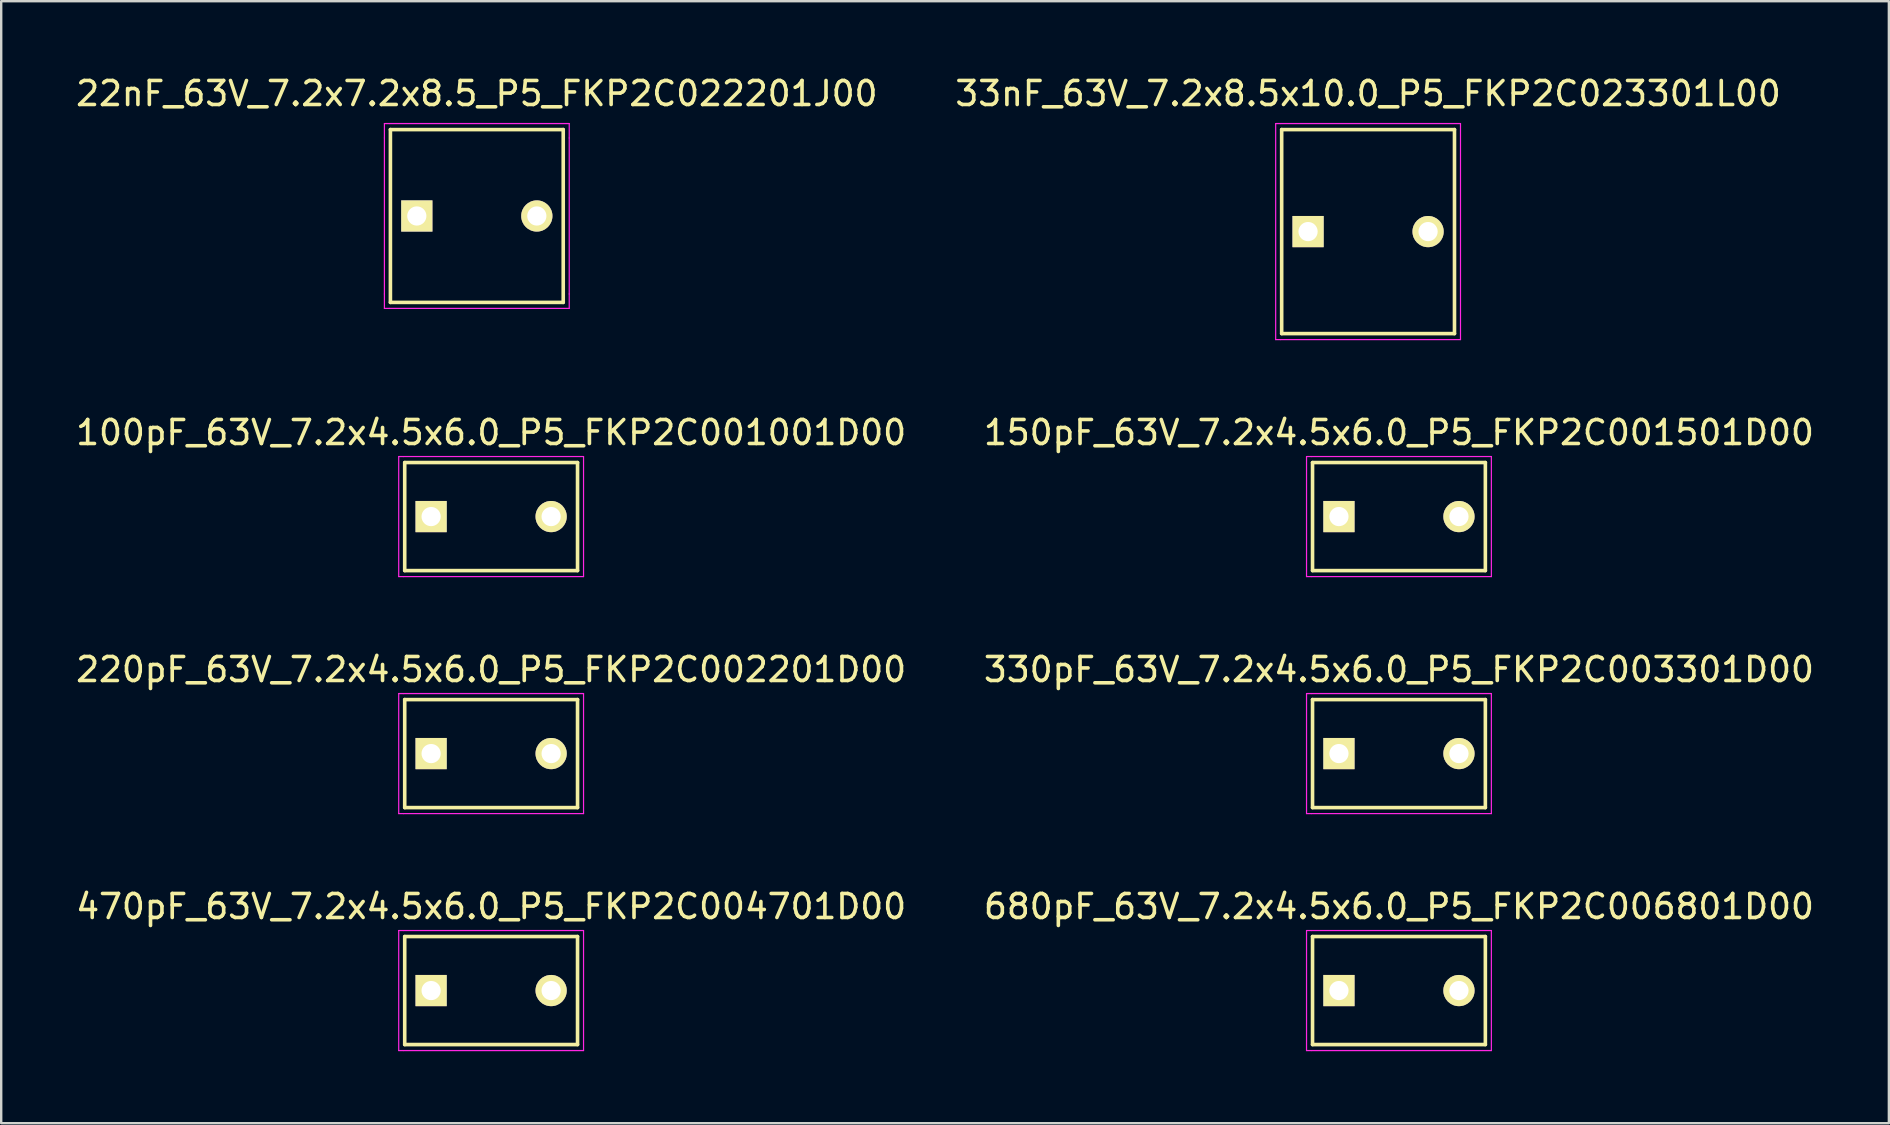
<source format=kicad_pcb>
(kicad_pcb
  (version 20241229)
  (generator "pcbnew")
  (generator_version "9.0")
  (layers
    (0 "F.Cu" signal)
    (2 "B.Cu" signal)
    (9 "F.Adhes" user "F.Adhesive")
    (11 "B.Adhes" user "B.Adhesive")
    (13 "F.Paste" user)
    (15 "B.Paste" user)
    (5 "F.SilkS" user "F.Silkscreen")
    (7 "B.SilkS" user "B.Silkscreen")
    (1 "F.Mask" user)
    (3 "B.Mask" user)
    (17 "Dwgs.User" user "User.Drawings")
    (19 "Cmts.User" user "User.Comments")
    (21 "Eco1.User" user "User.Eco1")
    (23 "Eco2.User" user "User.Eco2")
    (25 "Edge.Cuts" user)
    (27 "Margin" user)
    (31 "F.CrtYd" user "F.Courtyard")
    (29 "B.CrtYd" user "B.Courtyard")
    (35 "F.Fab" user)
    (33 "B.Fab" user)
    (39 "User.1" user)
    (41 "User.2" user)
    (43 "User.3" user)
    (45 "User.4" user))
  (footprint "100pF_63V_7.2x4.5x6.0_P5_FKP2C001001D00"
    (layer "F.Cu")
    (at 14.911 18.471)
    (property "Reference" "100pF_63V_7.2x4.5x6.0_P5_FKP2C001001D00" (at 2.5 -3.5 0) (layer "F.SilkS") (effects (font (size 1 1) (thickness 0.15))))
    (attr through_hole)
    (fp_line (start -1.1 -2.25) (end 6.1 -2.25) (stroke (width 0.15) (type solid)) (layer "F.SilkS"))
    (fp_line (start -1.1 2.25) (end -1.1 -2.25) (stroke (width 0.15) (type solid)) (layer "F.SilkS"))
    (fp_line (start 6.1 -2.25) (end 6.1 2.25) (stroke (width 0.15) (type solid)) (layer "F.SilkS"))
    (fp_line (start 6.1 2.25) (end -1.1 2.25) (stroke (width 0.15) (type solid)) (layer "F.SilkS"))
    (fp_line (start -1.35 2.5) (end -1.35 -2.5) (stroke (width 0.05) (type solid)) (layer "F.CrtYd"))
    (fp_line (start -1.15 -2.5) (end -1.35 -2.5) (stroke (width 0.05) (type solid)) (layer "F.CrtYd"))
    (fp_line (start -1.15 -2.5) (end 6.35 -2.5) (stroke (width 0.05) (type solid)) (layer "F.CrtYd"))
    (fp_line (start -1.15 2.5) (end -1.35 2.5) (stroke (width 0.05) (type solid)) (layer "F.CrtYd"))
    (fp_line (start 6.35 2.5) (end -1.15 2.5) (stroke (width 0.05) (type solid)) (layer "F.CrtYd"))
    (fp_line (start 6.35 2.5) (end 6.35 -2.5) (stroke (width 0.05) (type solid)) (layer "F.CrtYd"))
    (pad "1" thru_hole rect (at 0 0) (size 1.3 1.3) (drill 0.8) (layers "*.Cu" "*.Mask" "F.SilkS"))
    (pad "2" thru_hole circle (at 5 0) (size 1.3 1.3) (drill 0.8) (layers "*.Cu" "*.Mask" "F.SilkS")))
  (footprint "150pF_63V_7.2x4.5x6.0_P5_FKP2C001501D00"
    (layer "F.Cu")
    (at 52.732 18.471)
    (property "Reference" "150pF_63V_7.2x4.5x6.0_P5_FKP2C001501D00" (at 2.5 -3.5 0) (layer "F.SilkS") (effects (font (size 1 1) (thickness 0.15))))
    (attr through_hole)
    (fp_line (start -1.1 -2.25) (end 6.1 -2.25) (stroke (width 0.15) (type solid)) (layer "F.SilkS"))
    (fp_line (start -1.1 2.25) (end -1.1 -2.25) (stroke (width 0.15) (type solid)) (layer "F.SilkS"))
    (fp_line (start 6.1 -2.25) (end 6.1 2.25) (stroke (width 0.15) (type solid)) (layer "F.SilkS"))
    (fp_line (start 6.1 2.25) (end -1.1 2.25) (stroke (width 0.15) (type solid)) (layer "F.SilkS"))
    (fp_line (start -1.35 2.5) (end -1.35 -2.5) (stroke (width 0.05) (type solid)) (layer "F.CrtYd"))
    (fp_line (start -1.15 -2.5) (end -1.35 -2.5) (stroke (width 0.05) (type solid)) (layer "F.CrtYd"))
    (fp_line (start -1.15 -2.5) (end 6.35 -2.5) (stroke (width 0.05) (type solid)) (layer "F.CrtYd"))
    (fp_line (start -1.15 2.5) (end -1.35 2.5) (stroke (width 0.05) (type solid)) (layer "F.CrtYd"))
    (fp_line (start 6.35 2.5) (end -1.15 2.5) (stroke (width 0.05) (type solid)) (layer "F.CrtYd"))
    (fp_line (start 6.35 2.5) (end 6.35 -2.5) (stroke (width 0.05) (type solid)) (layer "F.CrtYd"))
    (pad "1" thru_hole rect (at 0 0) (size 1.3 1.3) (drill 0.8) (layers "*.Cu" "*.Mask" "F.SilkS"))
    (pad "2" thru_hole circle (at 5 0) (size 1.3 1.3) (drill 0.8) (layers "*.Cu" "*.Mask" "F.SilkS")))
  (footprint "22nF_63V_7.2x7.2x8.5_P5_FKP2C022201J00"
    (layer "F.Cu")
    (at 14.315 5.948)
    (property "Reference" "22nF_63V_7.2x7.2x8.5_P5_FKP2C022201J00" (at 2.5 -5.1 0) (layer "F.SilkS") (effects (font (size 1 1) (thickness 0.15))))
    (attr through_hole)
    (fp_line (start -1.1 -3.6) (end -1.1 3.6) (stroke (width 0.15) (type solid)) (layer "F.SilkS"))
    (fp_line (start -1.1 -3.6) (end 6.1 -3.6) (stroke (width 0.15) (type solid)) (layer "F.SilkS"))
    (fp_line (start 6.1 -3.6) (end 6.1 3.6) (stroke (width 0.15) (type solid)) (layer "F.SilkS"))
    (fp_line (start 6.1 3.6) (end -1.1 3.6) (stroke (width 0.15) (type solid)) (layer "F.SilkS"))
    (fp_line (start -1.35 -3.25) (end -1.35 -3.85) (stroke (width 0.05) (type solid)) (layer "F.CrtYd"))
    (fp_line (start -1.35 3.25) (end -1.35 -3.25) (stroke (width 0.05) (type solid)) (layer "F.CrtYd"))
    (fp_line (start -1.35 3.25) (end -1.35 3.85) (stroke (width 0.05) (type solid)) (layer "F.CrtYd"))
    (fp_line (start -1.15 -3.85) (end -1.35 -3.85) (stroke (width 0.05) (type solid)) (layer "F.CrtYd"))
    (fp_line (start -1.15 -3.85) (end 6.35 -3.85) (stroke (width 0.05) (type solid)) (layer "F.CrtYd"))
    (fp_line (start -1.15 3.85) (end -1.35 3.85) (stroke (width 0.05) (type solid)) (layer "F.CrtYd"))
    (fp_line (start 6.35 -3.85) (end 6.35 -3.25) (stroke (width 0.05) (type solid)) (layer "F.CrtYd"))
    (fp_line (start 6.35 -3.25) (end 6.35 3.25) (stroke (width 0.05) (type solid)) (layer "F.CrtYd"))
    (fp_line (start 6.35 3.25) (end 6.35 3.85) (stroke (width 0.05) (type solid)) (layer "F.CrtYd"))
    (fp_line (start 6.35 3.85) (end -1.15 3.85) (stroke (width 0.05) (type solid)) (layer "F.CrtYd"))
    (pad "1" thru_hole rect (at 0 0) (size 1.3 1.3) (drill 0.8) (layers "*.Cu" "*.Mask" "F.SilkS"))
    (pad "2" thru_hole circle (at 5 0) (size 1.3 1.3) (drill 0.8) (layers "*.Cu" "*.Mask" "F.SilkS")))
  (footprint "33nF_63V_7.2x8.5x10.0_P5_FKP2C023301L00"
    (layer "F.Cu")
    (at 51.446 6.598)
    (property "Reference" "33nF_63V_7.2x8.5x10.0_P5_FKP2C023301L00" (at 2.5 -5.75 0) (layer "F.SilkS") (effects (font (size 1 1) (thickness 0.15))))
    (attr through_hole)
    (fp_line (start -1.1 -4.25) (end 6.1 -4.25) (stroke (width 0.15) (type solid)) (layer "F.SilkS"))
    (fp_line (start -1.1 4.25) (end -1.1 -4.25) (stroke (width 0.15) (type solid)) (layer "F.SilkS"))
    (fp_line (start 6.1 -4.25) (end 6.1 4.25) (stroke (width 0.15) (type solid)) (layer "F.SilkS"))
    (fp_line (start 6.1 4.25) (end -1.1 4.25) (stroke (width 0.15) (type solid)) (layer "F.SilkS"))
    (fp_line (start -1.35 -4.5) (end -1.35 4.5) (stroke (width 0.05) (type solid)) (layer "F.CrtYd"))
    (fp_line (start -1.15 -4.5) (end -1.35 -4.5) (stroke (width 0.05) (type solid)) (layer "F.CrtYd"))
    (fp_line (start -1.15 -4.5) (end 6.35 -4.5) (stroke (width 0.05) (type solid)) (layer "F.CrtYd"))
    (fp_line (start -1.15 4.5) (end -1.35 4.5) (stroke (width 0.05) (type solid)) (layer "F.CrtYd"))
    (fp_line (start 6.35 4.5) (end -1.15 4.5) (stroke (width 0.05) (type solid)) (layer "F.CrtYd"))
    (fp_line (start 6.35 4.5) (end 6.35 -4.5) (stroke (width 0.05) (type solid)) (layer "F.CrtYd"))
    (pad "1" thru_hole rect (at 0 0) (size 1.3 1.3) (drill 0.8) (layers "*.Cu" "*.Mask" "F.SilkS"))
    (pad "2" thru_hole circle (at 5 0) (size 1.3 1.3) (drill 0.8) (layers "*.Cu" "*.Mask" "F.SilkS")))
  (footprint "330pF_63V_7.2x4.5x6.0_P5_FKP2C003301D00"
    (layer "F.Cu")
    (at 52.732 28.345)
    (property "Reference" "330pF_63V_7.2x4.5x6.0_P5_FKP2C003301D00" (at 2.5 -3.5 0) (layer "F.SilkS") (effects (font (size 1 1) (thickness 0.15))))
    (attr through_hole)
    (fp_line (start -1.1 -2.25) (end 6.1 -2.25) (stroke (width 0.15) (type solid)) (layer "F.SilkS"))
    (fp_line (start -1.1 2.25) (end -1.1 -2.25) (stroke (width 0.15) (type solid)) (layer "F.SilkS"))
    (fp_line (start 6.1 -2.25) (end 6.1 2.25) (stroke (width 0.15) (type solid)) (layer "F.SilkS"))
    (fp_line (start 6.1 2.25) (end -1.1 2.25) (stroke (width 0.15) (type solid)) (layer "F.SilkS"))
    (fp_line (start -1.35 2.5) (end -1.35 -2.5) (stroke (width 0.05) (type solid)) (layer "F.CrtYd"))
    (fp_line (start -1.15 -2.5) (end -1.35 -2.5) (stroke (width 0.05) (type solid)) (layer "F.CrtYd"))
    (fp_line (start -1.15 -2.5) (end 6.35 -2.5) (stroke (width 0.05) (type solid)) (layer "F.CrtYd"))
    (fp_line (start -1.15 2.5) (end -1.35 2.5) (stroke (width 0.05) (type solid)) (layer "F.CrtYd"))
    (fp_line (start 6.35 2.5) (end -1.15 2.5) (stroke (width 0.05) (type solid)) (layer "F.CrtYd"))
    (fp_line (start 6.35 2.5) (end 6.35 -2.5) (stroke (width 0.05) (type solid)) (layer "F.CrtYd"))
    (pad "1" thru_hole rect (at 0 0) (size 1.3 1.3) (drill 0.8) (layers "*.Cu" "*.Mask" "F.SilkS"))
    (pad "2" thru_hole circle (at 5 0) (size 1.3 1.3) (drill 0.8) (layers "*.Cu" "*.Mask" "F.SilkS")))
  (footprint "220pF_63V_7.2x4.5x6.0_P5_FKP2C002201D00"
    (layer "F.Cu")
    (at 14.911 28.345)
    (property "Reference" "220pF_63V_7.2x4.5x6.0_P5_FKP2C002201D00" (at 2.5 -3.5 0) (layer "F.SilkS") (effects (font (size 1 1) (thickness 0.15))))
    (attr through_hole)
    (fp_line (start -1.1 -2.25) (end 6.1 -2.25) (stroke (width 0.15) (type solid)) (layer "F.SilkS"))
    (fp_line (start -1.1 2.25) (end -1.1 -2.25) (stroke (width 0.15) (type solid)) (layer "F.SilkS"))
    (fp_line (start 6.1 -2.25) (end 6.1 2.25) (stroke (width 0.15) (type solid)) (layer "F.SilkS"))
    (fp_line (start 6.1 2.25) (end -1.1 2.25) (stroke (width 0.15) (type solid)) (layer "F.SilkS"))
    (fp_line (start -1.35 2.5) (end -1.35 -2.5) (stroke (width 0.05) (type solid)) (layer "F.CrtYd"))
    (fp_line (start -1.15 -2.5) (end -1.35 -2.5) (stroke (width 0.05) (type solid)) (layer "F.CrtYd"))
    (fp_line (start -1.15 -2.5) (end 6.35 -2.5) (stroke (width 0.05) (type solid)) (layer "F.CrtYd"))
    (fp_line (start -1.15 2.5) (end -1.35 2.5) (stroke (width 0.05) (type solid)) (layer "F.CrtYd"))
    (fp_line (start 6.35 2.5) (end -1.15 2.5) (stroke (width 0.05) (type solid)) (layer "F.CrtYd"))
    (fp_line (start 6.35 2.5) (end 6.35 -2.5) (stroke (width 0.05) (type solid)) (layer "F.CrtYd"))
    (pad "1" thru_hole rect (at 0 0) (size 1.3 1.3) (drill 0.8) (layers "*.Cu" "*.Mask" "F.SilkS"))
    (pad "2" thru_hole circle (at 5 0) (size 1.3 1.3) (drill 0.8) (layers "*.Cu" "*.Mask" "F.SilkS")))
  (footprint "470pF_63V_7.2x4.5x6.0_P5_FKP2C004701D00"
    (layer "F.Cu")
    (at 14.911 38.218)
    (property "Reference" "470pF_63V_7.2x4.5x6.0_P5_FKP2C004701D00" (at 2.5 -3.5 0) (layer "F.SilkS") (effects (font (size 1 1) (thickness 0.15))))
    (attr through_hole)
    (fp_line (start -1.1 -2.25) (end 6.1 -2.25) (stroke (width 0.15) (type solid)) (layer "F.SilkS"))
    (fp_line (start -1.1 2.25) (end -1.1 -2.25) (stroke (width 0.15) (type solid)) (layer "F.SilkS"))
    (fp_line (start 6.1 -2.25) (end 6.1 2.25) (stroke (width 0.15) (type solid)) (layer "F.SilkS"))
    (fp_line (start 6.1 2.25) (end -1.1 2.25) (stroke (width 0.15) (type solid)) (layer "F.SilkS"))
    (fp_line (start -1.35 2.5) (end -1.35 -2.5) (stroke (width 0.05) (type solid)) (layer "F.CrtYd"))
    (fp_line (start -1.15 -2.5) (end -1.35 -2.5) (stroke (width 0.05) (type solid)) (layer "F.CrtYd"))
    (fp_line (start -1.15 -2.5) (end 6.35 -2.5) (stroke (width 0.05) (type solid)) (layer "F.CrtYd"))
    (fp_line (start -1.15 2.5) (end -1.35 2.5) (stroke (width 0.05) (type solid)) (layer "F.CrtYd"))
    (fp_line (start 6.35 2.5) (end -1.15 2.5) (stroke (width 0.05) (type solid)) (layer "F.CrtYd"))
    (fp_line (start 6.35 2.5) (end 6.35 -2.5) (stroke (width 0.05) (type solid)) (layer "F.CrtYd"))
    (pad "1" thru_hole rect (at 0 0) (size 1.3 1.3) (drill 0.8) (layers "*.Cu" "*.Mask" "F.SilkS"))
    (pad "2" thru_hole circle (at 5 0) (size 1.3 1.3) (drill 0.8) (layers "*.Cu" "*.Mask" "F.SilkS")))
  (footprint "680pF_63V_7.2x4.5x6.0_P5_FKP2C006801D00"
    (layer "F.Cu")
    (at 52.732 38.218)
    (property "Reference" "680pF_63V_7.2x4.5x6.0_P5_FKP2C006801D00" (at 2.5 -3.5 0) (layer "F.SilkS") (effects (font (size 1 1) (thickness 0.15))))
    (attr through_hole)
    (fp_line (start -1.1 -2.25) (end 6.1 -2.25) (stroke (width 0.15) (type solid)) (layer "F.SilkS"))
    (fp_line (start -1.1 2.25) (end -1.1 -2.25) (stroke (width 0.15) (type solid)) (layer "F.SilkS"))
    (fp_line (start 6.1 -2.25) (end 6.1 2.25) (stroke (width 0.15) (type solid)) (layer "F.SilkS"))
    (fp_line (start 6.1 2.25) (end -1.1 2.25) (stroke (width 0.15) (type solid)) (layer "F.SilkS"))
    (fp_line (start -1.35 2.5) (end -1.35 -2.5) (stroke (width 0.05) (type solid)) (layer "F.CrtYd"))
    (fp_line (start -1.15 -2.5) (end -1.35 -2.5) (stroke (width 0.05) (type solid)) (layer "F.CrtYd"))
    (fp_line (start -1.15 -2.5) (end 6.35 -2.5) (stroke (width 0.05) (type solid)) (layer "F.CrtYd"))
    (fp_line (start -1.15 2.5) (end -1.35 2.5) (stroke (width 0.05) (type solid)) (layer "F.CrtYd"))
    (fp_line (start 6.35 2.5) (end -1.15 2.5) (stroke (width 0.05) (type solid)) (layer "F.CrtYd"))
    (fp_line (start 6.35 2.5) (end 6.35 -2.5) (stroke (width 0.05) (type solid)) (layer "F.CrtYd"))
    (pad "1" thru_hole rect (at 0 0) (size 1.3 1.3) (drill 0.8) (layers "*.Cu" "*.Mask" "F.SilkS"))
    (pad "2" thru_hole circle (at 5 0) (size 1.3 1.3) (drill 0.8) (layers "*.Cu" "*.Mask" "F.SilkS")))
  (gr_rect
    (start -3 -3)
    (end 75.643 43.743)
    (stroke (width 0.1) (type default))
    (fill no)
    (layer "Edge.Cuts")))
</source>
